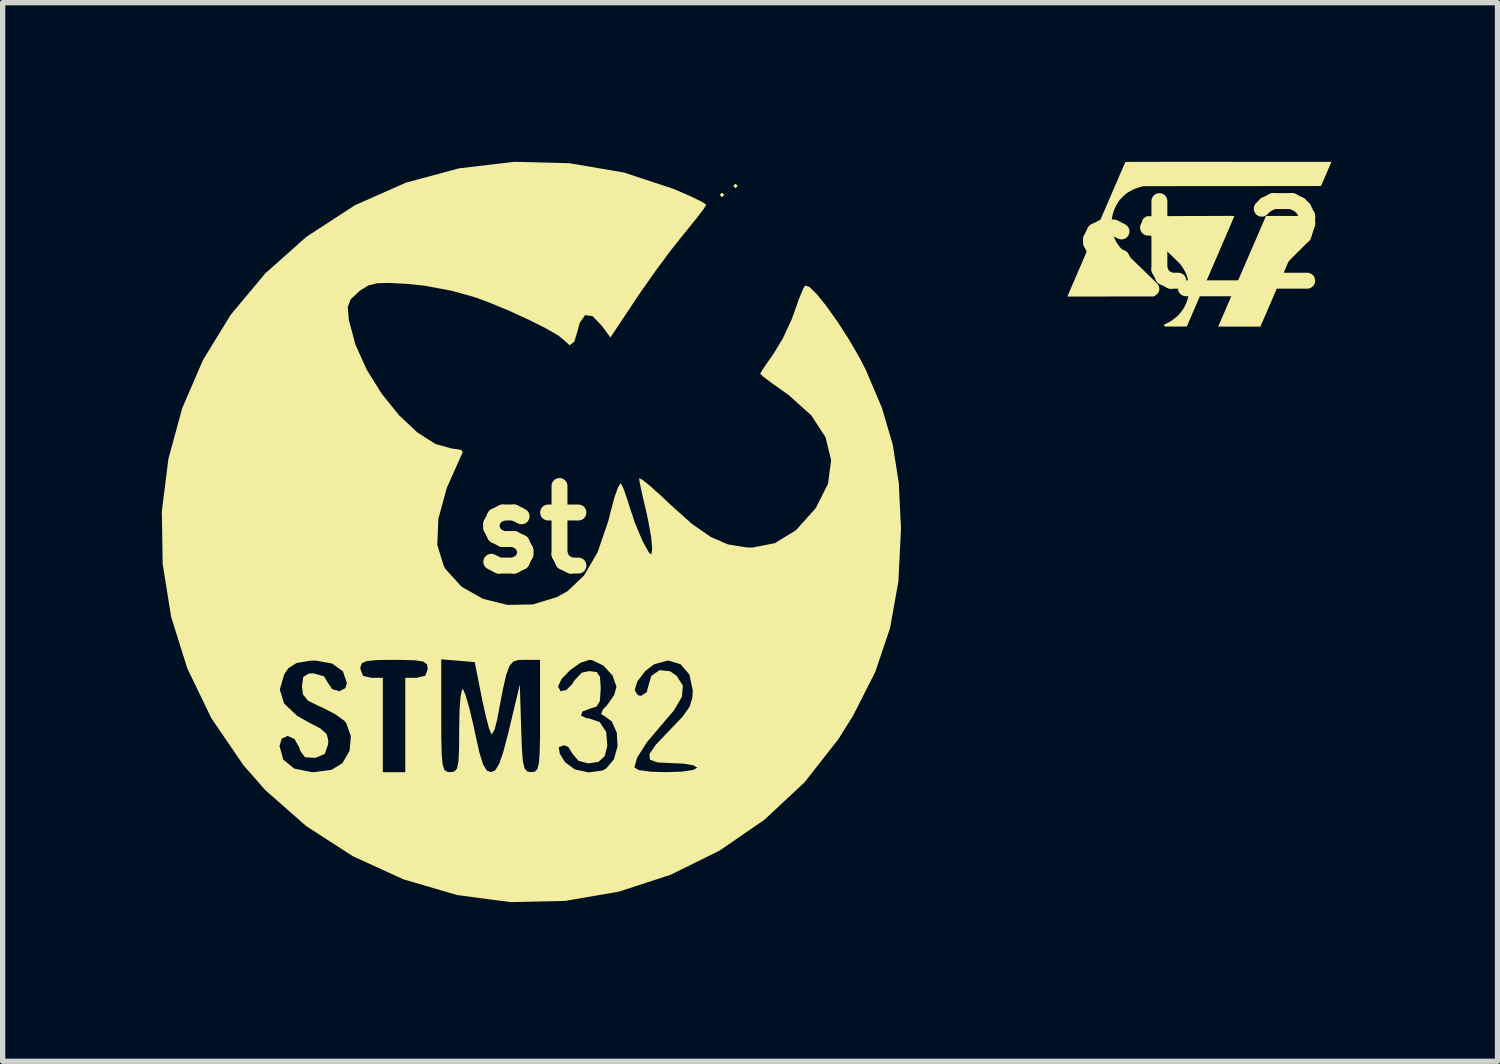
<source format=kicad_pcb>
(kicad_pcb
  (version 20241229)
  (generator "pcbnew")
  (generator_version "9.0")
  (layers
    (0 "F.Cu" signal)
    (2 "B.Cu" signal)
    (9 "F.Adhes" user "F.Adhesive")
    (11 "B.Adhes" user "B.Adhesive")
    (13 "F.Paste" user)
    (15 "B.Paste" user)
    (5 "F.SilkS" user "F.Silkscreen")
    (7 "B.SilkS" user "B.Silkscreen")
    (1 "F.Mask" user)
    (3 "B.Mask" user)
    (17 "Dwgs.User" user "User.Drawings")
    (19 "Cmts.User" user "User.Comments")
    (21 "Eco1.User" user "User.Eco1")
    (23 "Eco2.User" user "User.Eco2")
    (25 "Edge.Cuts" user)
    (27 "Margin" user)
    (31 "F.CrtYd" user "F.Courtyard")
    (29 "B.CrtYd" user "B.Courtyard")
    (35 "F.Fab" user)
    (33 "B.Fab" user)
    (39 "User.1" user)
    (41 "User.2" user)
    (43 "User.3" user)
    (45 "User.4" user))
  (footprint "st_2"
    (layer "F.Cu")
    (at 19.551 1.562)
    (property "Reference" "st_2" (at 0 0 0) (layer "F.SilkS") (effects (font (size 1.5 1.5) (thickness 0.3))))
    (attr board_only exclude_from_pos_files exclude_from_bom)
    (fp_poly (pts (xy 1.514 -0.542) (xy 1.565 -0.542) (xy 1.618 -0.542) (xy 1.657 -0.542) (xy 2.054 -0.541) (xy 1.604 0.501) (xy 1.154 1.543) (xy 0.757 1.543) (xy 0.702 1.543) (xy 0.649 1.543) (xy 0.599 1.543) (xy 0.552 1.543) (xy 0.51 1.543) (xy 0.471 1.543) (xy 0.437 1.542) (xy 0.409 1.542) (xy 0.387 1.542) (xy 0.371 1.542) (xy 0.361 1.542) (xy 0.359 1.542) (xy 0.361 1.538) (xy 0.365 1.527) (xy 0.373 1.51) (xy 0.383 1.487) (xy 0.395 1.458) (xy 0.41 1.424) (xy 0.427 1.384) (xy 0.446 1.34) (xy 0.467 1.291) (xy 0.49 1.239) (xy 0.514 1.182) (xy 0.54 1.122) (xy 0.567 1.059) (xy 0.595 0.994) (xy 0.625 0.926) (xy 0.655 0.856) (xy 0.686 0.784) (xy 0.717 0.711) (xy 0.749 0.637) (xy 0.781 0.563) (xy 0.814 0.488) (xy 0.846 0.413) (xy 0.878 0.339) (xy 0.91 0.265) (xy 0.941 0.192) (xy 0.972 0.121) (xy 1.002 0.052) (xy 1.031 -0.015) (xy 1.059 -0.08) (xy 1.086 -0.142) (xy 1.111 -0.201) (xy 1.135 -0.256) (xy 1.157 -0.308) (xy 1.178 -0.355) (xy 1.196 -0.398) (xy 1.213 -0.435) (xy 1.227 -0.468) (xy 1.239 -0.495) (xy 1.248 -0.516) (xy 1.254 -0.531) (xy 1.258 -0.54) (xy 1.259 -0.541) (xy 1.263 -0.542) (xy 1.274 -0.542) (xy 1.292 -0.542) (xy 1.317 -0.542) (xy 1.347 -0.542) (xy 1.382 -0.542) (xy 1.422 -0.542) (xy 1.466 -0.542)) (stroke (width 0) (type solid)) (fill yes) (layer "F.SilkS"))
    (fp_poly (pts (xy 0.086 -1.562) (xy 0.203 -1.562) (xy 0.322 -1.562) (xy 0.443 -1.562) (xy 0.552 -1.562) (xy 2.492 -1.561) (xy 2.394 -1.333) (xy 2.296 -1.106) (xy 0.625 -1.104) (xy -1.045 -1.103) (xy -1.09 -1.093) (xy -1.112 -1.087) (xy -1.136 -1.08) (xy -1.159 -1.074) (xy -1.17 -1.07) (xy -1.193 -1.061) (xy -1.221 -1.05) (xy -1.251 -1.036) (xy -1.281 -1.021) (xy -1.309 -1.005) (xy -1.334 -0.991) (xy -1.344 -0.985) (xy -1.373 -0.964) (xy -1.404 -0.938) (xy -1.435 -0.91) (xy -1.465 -0.879) (xy -1.492 -0.849) (xy -1.515 -0.821) (xy -1.522 -0.81) (xy -1.561 -0.746) (xy -1.594 -0.679) (xy -1.619 -0.611) (xy -1.637 -0.541) (xy -1.649 -0.47) (xy -1.652 -0.4) (xy -1.649 -0.329) (xy -1.638 -0.26) (xy -1.634 -0.242) (xy -1.619 -0.186) (xy -1.602 -0.135) (xy -1.581 -0.089) (xy -1.557 -0.044) (xy -1.528 0.001) (xy -1.497 0.042) (xy -1.49 0.051) (xy -1.477 0.064) (xy -1.458 0.083) (xy -1.435 0.107) (xy -1.406 0.136) (xy -1.372 0.169) (xy -1.332 0.208) (xy -1.288 0.251) (xy -1.239 0.298) (xy -1.186 0.35) (xy -1.129 0.405) (xy -1.085 0.447) (xy -1.043 0.488) (xy -1.003 0.527) (xy -0.965 0.564) (xy -0.929 0.599) (xy -0.896 0.631) (xy -0.866 0.66) (xy -0.84 0.686) (xy -0.818 0.708) (xy -0.8 0.726) (xy -0.787 0.739) (xy -0.779 0.748) (xy -0.776 0.751) (xy -0.761 0.781) (xy -0.752 0.812) (xy -0.751 0.844) (xy -0.757 0.874) (xy -0.769 0.902) (xy -0.789 0.927) (xy -0.795 0.933) (xy -0.81 0.945) (xy -0.826 0.956) (xy -0.839 0.964) (xy -0.861 0.975) (xy -1.673 0.976) (xy -2.484 0.977) (xy -2.479 0.964) (xy -2.475 0.955) (xy -2.468 0.939) (xy -2.458 0.916) (xy -2.446 0.888) (xy -2.432 0.854) (xy -2.415 0.815) (xy -2.396 0.77) (xy -2.375 0.721) (xy -2.352 0.668) (xy -2.327 0.61) (xy -2.301 0.549) (xy -2.273 0.484) (xy -2.243 0.416) (xy -2.213 0.345) (xy -2.181 0.272) (xy -2.149 0.196) (xy -2.115 0.118) (xy -2.081 0.039) (xy -2.046 -0.041) (xy -2.011 -0.123) (xy -1.976 -0.205) (xy -1.941 -0.287) (xy -1.905 -0.369) (xy -1.87 -0.452) (xy -1.834 -0.533) (xy -1.8 -0.614) (xy -1.765 -0.693) (xy -1.732 -0.771) (xy -1.699 -0.847) (xy -1.667 -0.921) (xy -1.636 -0.993) (xy -1.607 -1.062) (xy -1.578 -1.127) (xy -1.551 -1.189) (xy -1.526 -1.248) (xy -1.503 -1.302) (xy -1.481 -1.352) (xy -1.461 -1.398) (xy -1.444 -1.438) (xy -1.429 -1.474) (xy -1.416 -1.503) (xy -1.405 -1.527) (xy -1.398 -1.545) (xy -1.393 -1.556) (xy -1.391 -1.56) (xy -1.391 -1.56) (xy -1.387 -1.56) (xy -1.376 -1.56) (xy -1.357 -1.56) (xy -1.33 -1.56) (xy -1.298 -1.561) (xy -1.258 -1.561) (xy -1.212 -1.561) (xy -1.16 -1.561) (xy -1.102 -1.561) (xy -1.038 -1.561) (xy -0.969 -1.561) (xy -0.894 -1.561) (xy -0.815 -1.561) (xy -0.731 -1.562) (xy -0.642 -1.562) (xy -0.549 -1.562) (xy -0.452 -1.562) (xy -0.351 -1.562) (xy -0.246 -1.562) (xy -0.139 -1.562) (xy -0.028 -1.562)) (stroke (width 0) (type solid)) (fill yes) (layer "F.SilkS"))
    (fp_poly (pts (xy 0.577 -0.543) (xy 0.607 -0.543) (xy 0.632 -0.542) (xy 0.649 -0.542) (xy 0.66 -0.542) (xy 0.662 -0.542) (xy 0.661 -0.538) (xy 0.657 -0.528) (xy 0.65 -0.511) (xy 0.64 -0.487) (xy 0.628 -0.458) (xy 0.613 -0.424) (xy 0.596 -0.384) (xy 0.577 -0.339) (xy 0.556 -0.29) (xy 0.533 -0.237) (xy 0.508 -0.18) (xy 0.482 -0.119) (xy 0.455 -0.055) (xy 0.426 0.012) (xy 0.396 0.081) (xy 0.366 0.153) (xy 0.338 0.217) (xy 0.304 0.295) (xy 0.27 0.374) (xy 0.236 0.452) (xy 0.203 0.53) (xy 0.169 0.608) (xy 0.136 0.684) (xy 0.104 0.758) (xy 0.074 0.83) (xy 0.044 0.898) (xy 0.016 0.963) (xy -0.011 1.025) (xy -0.035 1.081) (xy -0.057 1.133) (xy -0.077 1.179) (xy -0.095 1.219) (xy -0.109 1.253) (xy -0.111 1.258) (xy -0.233 1.541) (xy -0.436 1.542) (xy -0.481 1.542) (xy -0.519 1.542) (xy -0.55 1.542) (xy -0.576 1.542) (xy -0.596 1.542) (xy -0.612 1.542) (xy -0.624 1.541) (xy -0.633 1.541) (xy -0.64 1.54) (xy -0.645 1.539) (xy -0.648 1.537) (xy -0.651 1.535) (xy -0.651 1.535) (xy -0.66 1.529) (xy -0.664 1.522) (xy -0.664 1.52) (xy -0.66 1.511) (xy -0.65 1.501) (xy -0.635 1.492) (xy -0.619 1.484) (xy -0.588 1.47) (xy -0.553 1.451) (xy -0.517 1.428) (xy -0.481 1.403) (xy -0.446 1.376) (xy -0.414 1.348) (xy -0.387 1.322) (xy -0.382 1.316) (xy -0.336 1.26) (xy -0.296 1.203) (xy -0.263 1.143) (xy -0.236 1.081) (xy -0.214 1.014) (xy -0.213 1.01) (xy -0.204 0.971) (xy -0.197 0.935) (xy -0.193 0.897) (xy -0.191 0.856) (xy -0.19 0.828) (xy -0.193 0.765) (xy -0.203 0.701) (xy -0.218 0.635) (xy -0.238 0.572) (xy -0.243 0.56) (xy -0.255 0.532) (xy -0.27 0.501) (xy -0.288 0.468) (xy -0.307 0.436) (xy -0.326 0.408) (xy -0.335 0.395) (xy -0.34 0.389) (xy -0.345 0.383) (xy -0.349 0.377) (xy -0.355 0.37) (xy -0.362 0.363) (xy -0.369 0.354) (xy -0.379 0.344) (xy -0.39 0.333) (xy -0.404 0.319) (xy -0.419 0.304) (xy -0.438 0.285) (xy -0.46 0.264) (xy -0.485 0.239) (xy -0.514 0.211) (xy -0.547 0.18) (xy -0.584 0.144) (xy -0.626 0.103) (xy -0.673 0.058) (xy -0.725 0.008) (xy -0.741 -0.007) (xy -0.791 -0.055) (xy -0.835 -0.098) (xy -0.874 -0.136) (xy -0.909 -0.169) (xy -0.939 -0.198) (xy -0.965 -0.224) (xy -0.987 -0.246) (xy -1.006 -0.264) (xy -1.021 -0.28) (xy -1.034 -0.293) (xy -1.045 -0.304) (xy -1.053 -0.313) (xy -1.059 -0.32) (xy -1.064 -0.326) (xy -1.067 -0.331) (xy -1.069 -0.335) (xy -1.07 -0.336) (xy -1.08 -0.361) (xy -1.085 -0.385) (xy -1.084 -0.411) (xy -1.082 -0.42) (xy -1.073 -0.454) (xy -1.059 -0.482) (xy -1.039 -0.505) (xy -1.012 -0.522) (xy -1.008 -0.524) (xy -0.982 -0.537) (xy -0.161 -0.541) (xy -0.081 -0.541) (xy -0.004 -0.541) (xy 0.071 -0.541) (xy 0.143 -0.542) (xy 0.212 -0.542) (xy 0.278 -0.542) (xy 0.34 -0.542) (xy 0.397 -0.542) (xy 0.45 -0.542) (xy 0.497 -0.543) (xy 0.54 -0.543)) (stroke (width 0) (type solid)) (fill yes) (layer "F.SilkS")))
  (footprint "st"
    (layer "F.Cu")
    (at 6.959 6.931)
    (property "Reference" "st" (at 0 0 0) (layer "F.SilkS") (effects (font (size 1.5 1.5) (thickness 0.3))))
    (attr board_only exclude_from_pos_files exclude_from_bom)
    (fp_poly (pts (xy 3.641 -6.308) (xy 3.598 -6.265) (xy 3.556 -6.308) (xy 3.598 -6.35)) (stroke (width 0) (type solid)) (fill yes) (layer "F.SilkS"))
    (fp_poly (pts (xy 3.895 -6.477) (xy 3.852 -6.435) (xy 3.81 -6.477) (xy 3.852 -6.519)) (stroke (width 0) (type solid)) (fill yes) (layer "F.SilkS"))
    (fp_poly (pts (xy 0.722 -6.905) (xy 1.749 -6.73) (xy 2.688 -6.42) (xy 2.976 -6.295) (xy 3.192 -6.192) (xy 3.297 -6.129) (xy 3.302 -6.122) (xy 3.252 -6.041) (xy 3.118 -5.866) (xy 2.927 -5.63) (xy 2.881 -5.574) (xy 2.639 -5.27) (xy 2.355 -4.887) (xy 2.077 -4.493) (xy 1.977 -4.345) (xy 1.495 -3.62) (xy 1.333 -3.842) (xy 1.157 -4.024) (xy 1.016 -4.041) (xy 0.916 -3.894) (xy 0.883 -3.768) (xy 0.815 -3.542) (xy 0.727 -3.474) (xy 0.634 -3.558) (xy 0.518 -3.654) (xy 0.281 -3.792) (xy -0.042 -3.954) (xy -0.413 -4.124) (xy -0.796 -4.282) (xy -1.058 -4.379) (xy -1.504 -4.503) (xy -2.007 -4.596) (xy -2.328 -4.63) (xy -2.677 -4.649) (xy -2.906 -4.642) (xy -3.063 -4.602) (xy -3.198 -4.521) (xy -3.247 -4.484) (xy -3.401 -4.339) (xy -3.455 -4.192) (xy -3.436 -3.963) (xy -3.434 -3.949) (xy -3.309 -3.483) (xy -3.096 -3.011) (xy -2.815 -2.56) (xy -2.491 -2.158) (xy -2.146 -1.833) (xy -1.802 -1.613) (xy -1.481 -1.524) (xy -1.458 -1.524) (xy -1.317 -1.502) (xy -1.288 -1.46) (xy -1.589 -0.784) (xy -1.748 -0.201) (xy -1.767 0.29) (xy -1.644 0.69) (xy -1.614 0.742) (xy -1.309 1.077) (xy -0.908 1.305) (xy -0.448 1.419) (xy 0.03 1.411) (xy 0.487 1.273) (xy 0.688 1.16) (xy 0.999 0.864) (xy 1.252 0.431) (xy 1.452 -0.15) (xy 1.495 -0.319) (xy 1.57 -0.603) (xy 1.639 -0.799) (xy 1.688 -0.872) (xy 1.695 -0.869) (xy 1.749 -0.754) (xy 1.823 -0.539) (xy 1.858 -0.423) (xy 1.963 -0.111) (xy 2.09 0.19) (xy 2.122 0.254) (xy 2.222 0.433) (xy 2.267 0.472) (xy 2.28 0.382) (xy 2.281 0.339) (xy 2.263 0.142) (xy 2.212 -0.146) (xy 2.161 -0.381) (xy 2.095 -0.661) (xy 2.05 -0.876) (xy 2.035 -0.966) (xy 2.089 -0.945) (xy 2.238 -0.827) (xy 2.456 -0.631) (xy 2.618 -0.478) (xy 3.029 -0.11) (xy 3.381 0.136) (xy 3.709 0.279) (xy 4.051 0.335) (xy 4.169 0.339) (xy 4.595 0.256) (xy 4.993 0.011) (xy 5.353 -0.39) (xy 5.369 -0.412) (xy 5.596 -0.862) (xy 5.655 -1.307) (xy 5.55 -1.74) (xy 5.281 -2.153) (xy 4.852 -2.538) (xy 4.788 -2.583) (xy 4.552 -2.75) (xy 4.383 -2.876) (xy 4.318 -2.936) (xy 4.318 -2.936) (xy 4.363 -3.015) (xy 4.479 -3.185) (xy 4.567 -3.309) (xy 4.746 -3.605) (xy 4.908 -3.953) (xy 4.959 -4.091) (xy 5.049 -4.349) (xy 5.129 -4.539) (xy 5.164 -4.599) (xy 5.244 -4.576) (xy 5.388 -4.434) (xy 5.575 -4.2) (xy 5.786 -3.902) (xy 5.999 -3.57) (xy 6.196 -3.229) (xy 6.311 -3.005) (xy 6.613 -2.293) (xy 6.816 -1.604) (xy 6.93 -0.879) (xy 6.97 -0.059) (xy 6.971 0) (xy 6.923 0.976) (xy 6.766 1.856) (xy 6.486 2.685) (xy 6.069 3.507) (xy 5.794 3.947) (xy 5.154 4.763) (xy 4.4 5.467) (xy 3.553 6.05) (xy 2.631 6.505) (xy 1.654 6.824) (xy 0.64 6.998) (xy -0.389 7.021) (xy -1.397 6.887) (xy -2.408 6.591) (xy -3.363 6.154) (xy -4.237 5.589) (xy -5.007 4.912) (xy -5.418 4.445) (xy -5.668 4.079) (xy -4.741 4.079) (xy -4.669 4.337) (xy -4.462 4.505) (xy -4.134 4.571) (xy -4.093 4.572) (xy -3.762 4.528) (xy -3.556 4.403) (xy -3.421 4.169) (xy -3.396 3.894) (xy -3.483 3.649) (xy -3.525 3.599) (xy -3.693 3.478) (xy -3.933 3.354) (xy -3.991 3.33) (xy -4.206 3.224) (xy -4.3 3.103) (xy -4.318 2.954) (xy -4.294 2.777) (xy -4.189 2.714) (xy -4.098 2.709) (xy -3.902 2.766) (xy -3.835 2.879) (xy -3.744 3.01) (xy -3.61 3.046) (xy -3.499 2.987) (xy -3.471 2.892) (xy -3.546 2.671) (xy -3.611 2.625) (xy -3.217 2.625) (xy -3.168 2.757) (xy -3.006 2.794) (xy -2.794 2.794) (xy -2.794 3.683) (xy -2.794 4.572) (xy -2.582 4.572) (xy -2.371 4.572) (xy -2.371 3.683) (xy -2.371 3.509) (xy -1.693 3.509) (xy -1.692 3.949) (xy -1.684 4.248) (xy -1.666 4.432) (xy -1.634 4.529) (xy -1.582 4.566) (xy -1.524 4.572) (xy -1.446 4.56) (xy -1.396 4.504) (xy -1.369 4.371) (xy -1.357 4.132) (xy -1.355 3.755) (xy -1.355 3.751) (xy -1.348 3.4) (xy -1.329 3.146) (xy -1.301 3.016) (xy -1.281 3.01) (xy -1.233 3.125) (xy -1.164 3.363) (xy -1.088 3.682) (xy -1.057 3.831) (xy -0.975 4.198) (xy -0.905 4.425) (xy -0.836 4.54) (xy -0.756 4.572) (xy -0.677 4.539) (xy -0.604 4.422) (xy -0.525 4.196) (xy -0.43 3.834) (xy -0.409 3.747) (xy -0.212 2.921) (xy -0.187 3.747) (xy -0.173 4.127) (xy -0.154 4.369) (xy -0.122 4.503) (xy -0.07 4.56) (xy 0.003 4.572) (xy 0.072 4.562) (xy 0.119 4.513) (xy 0.148 4.397) (xy 0.163 4.188) (xy 0.169 3.857) (xy 0.169 3.514) (xy 0.169 2.959) (xy 0.508 2.959) (xy 0.556 3.046) (xy 0.662 3.025) (xy 0.774 2.915) (xy 0.805 2.857) (xy 0.956 2.696) (xy 1.101 2.667) (xy 1.237 2.685) (xy 1.298 2.773) (xy 1.312 2.976) (xy 1.312 3.006) (xy 1.297 3.23) (xy 1.235 3.336) (xy 1.122 3.371) (xy 0.969 3.428) (xy 0.939 3.505) (xy 1.041 3.554) (xy 1.084 3.556) (xy 1.293 3.627) (xy 1.416 3.813) (xy 1.437 4.076) (xy 1.388 4.269) (xy 1.269 4.379) (xy 1.079 4.407) (xy 0.894 4.358) (xy 0.787 4.234) (xy 0.787 4.233) (xy 0.701 4.096) (xy 0.625 4.064) (xy 0.521 4.101) (xy 0.542 4.224) (xy 0.64 4.384) (xy 0.824 4.52) (xy 1.084 4.576) (xy 1.34 4.542) (xy 1.413 4.505) (xy 1.433 4.482) (xy 1.947 4.482) (xy 2.028 4.532) (xy 2.252 4.563) (xy 2.54 4.572) (xy 2.844 4.561) (xy 3.054 4.531) (xy 3.133 4.487) (xy 3.133 4.487) (xy 3.056 4.441) (xy 2.859 4.41) (xy 2.667 4.403) (xy 2.386 4.389) (xy 2.24 4.337) (xy 2.23 4.23) (xy 2.354 4.051) (xy 2.61 3.782) (xy 2.625 3.768) (xy 2.857 3.524) (xy 2.987 3.34) (xy 3.04 3.166) (xy 3.048 3.035) (xy 2.984 2.732) (xy 2.816 2.537) (xy 2.582 2.467) (xy 2.321 2.537) (xy 2.155 2.663) (xy 2.002 2.862) (xy 1.952 3.027) (xy 2.013 3.122) (xy 2.074 3.133) (xy 2.181 3.063) (xy 2.201 2.98) (xy 2.265 2.759) (xy 2.421 2.649) (xy 2.621 2.67) (xy 2.746 2.758) (xy 2.86 2.94) (xy 2.844 3.149) (xy 2.694 3.407) (xy 2.509 3.623) (xy 2.184 4.006) (xy 1.997 4.302) (xy 1.947 4.482) (xy 1.433 4.482) (xy 1.562 4.329) (xy 1.63 4.083) (xy 1.615 3.825) (xy 1.52 3.615) (xy 1.402 3.527) (xy 1.32 3.475) (xy 1.356 3.39) (xy 1.437 3.304) (xy 1.565 3.119) (xy 1.609 2.963) (xy 1.537 2.752) (xy 1.363 2.563) (xy 1.149 2.46) (xy 1.097 2.455) (xy 0.929 2.512) (xy 0.735 2.649) (xy 0.575 2.815) (xy 0.508 2.959) (xy 0.508 2.959) (xy 0.169 2.959) (xy 0.169 2.455) (xy -0.12 2.455) (xy -0.246 2.459) (xy -0.337 2.489) (xy -0.406 2.57) (xy -0.466 2.728) (xy -0.527 2.99) (xy -0.602 3.383) (xy -0.639 3.581) (xy -0.688 3.771) (xy -0.738 3.854) (xy -0.751 3.85) (xy -0.792 3.748) (xy -0.851 3.523) (xy -0.919 3.22) (xy -0.933 3.148) (xy -1.062 2.498) (xy -1.378 2.471) (xy -1.693 2.445) (xy -1.693 3.509) (xy -2.371 3.509) (xy -2.371 2.794) (xy -2.159 2.794) (xy -1.993 2.754) (xy -1.947 2.625) (xy -1.962 2.538) (xy -2.031 2.487) (xy -2.188 2.463) (xy -2.468 2.456) (xy -2.582 2.455) (xy -2.907 2.459) (xy -3.097 2.478) (xy -3.189 2.519) (xy -3.216 2.594) (xy -3.217 2.625) (xy -3.611 2.625) (xy -3.752 2.524) (xy -4.06 2.468) (xy -4.158 2.471) (xy -4.417 2.513) (xy -4.573 2.611) (xy -4.651 2.725) (xy -4.736 3.014) (xy -4.655 3.277) (xy -4.41 3.51) (xy -4.207 3.624) (xy -3.967 3.75) (xy -3.851 3.856) (xy -3.821 3.982) (xy -3.826 4.047) (xy -3.888 4.227) (xy -4.053 4.298) (xy -4.082 4.302) (xy -4.262 4.29) (xy -4.351 4.168) (xy -4.367 4.112) (xy -4.458 3.948) (xy -4.587 3.889) (xy -4.7 3.939) (xy -4.741 4.079) (xy -5.668 4.079) (xy -6.025 3.556) (xy -6.479 2.616) (xy -6.784 1.643) (xy -6.943 0.65) (xy -6.959 -0.345) (xy -6.836 -1.329) (xy -6.576 -2.285) (xy -6.183 -3.197) (xy -5.659 -4.051) (xy -5.008 -4.83) (xy -4.233 -5.519) (xy -3.337 -6.102) (xy -3.302 -6.121) (xy -2.361 -6.538) (xy -1.359 -6.808) (xy -0.322 -6.931)) (stroke (width 0) (type solid)) (fill yes) (layer "F.SilkS")))
  (gr_rect
    (start -3 -3)
    (end 25.173 16.952)
    (stroke (width 0.1) (type default))
    (fill no)
    (layer "Edge.Cuts")))
</source>
